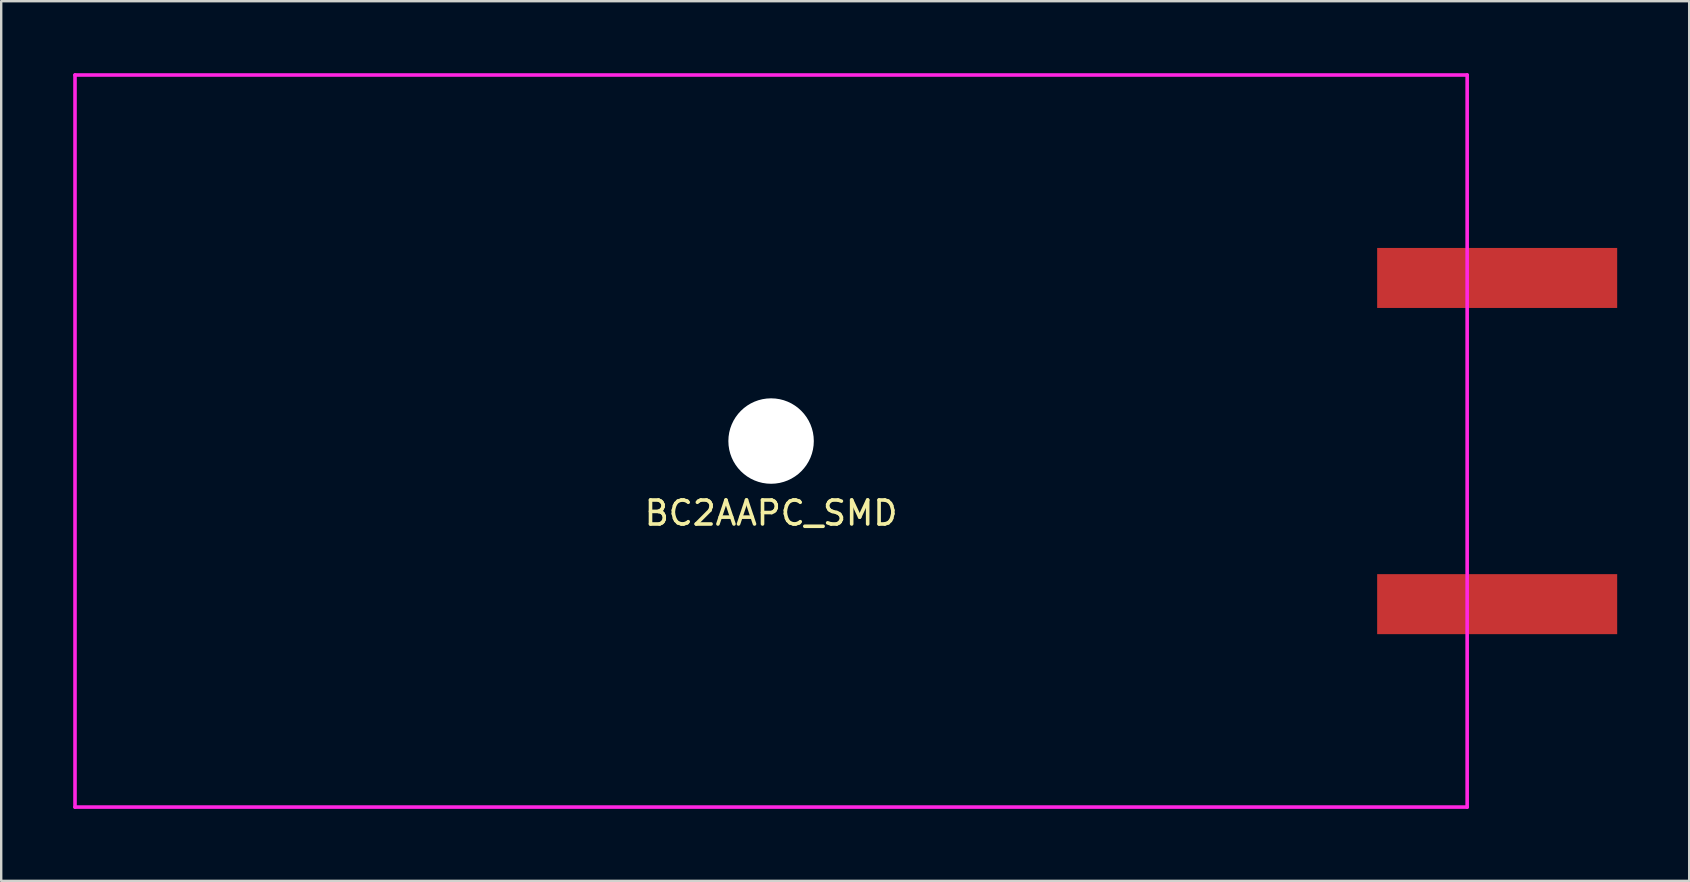
<source format=kicad_pcb>
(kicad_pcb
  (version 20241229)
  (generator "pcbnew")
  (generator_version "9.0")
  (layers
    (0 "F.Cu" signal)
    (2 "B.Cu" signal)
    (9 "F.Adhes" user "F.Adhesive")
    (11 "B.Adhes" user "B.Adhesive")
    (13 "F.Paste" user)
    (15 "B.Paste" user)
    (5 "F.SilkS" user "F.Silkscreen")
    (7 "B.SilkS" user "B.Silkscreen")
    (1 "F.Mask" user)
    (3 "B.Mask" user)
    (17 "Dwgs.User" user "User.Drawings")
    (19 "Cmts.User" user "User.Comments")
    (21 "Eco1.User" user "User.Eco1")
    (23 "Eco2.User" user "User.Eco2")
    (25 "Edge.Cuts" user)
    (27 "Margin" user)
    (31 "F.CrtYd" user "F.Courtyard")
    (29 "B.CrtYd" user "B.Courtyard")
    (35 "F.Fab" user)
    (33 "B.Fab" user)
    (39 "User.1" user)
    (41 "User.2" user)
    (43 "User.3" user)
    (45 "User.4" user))
  (footprint "BC2AAPC_SMD"
    (layer "F.Cu")
    (at 29.075 15.325)
    (property "Reference" "BC2AAPC_SMD" (at 0 3 0) (layer "F.SilkS") (effects (font (size 1 1) (thickness 0.15))))
    (attr through_hole)
    (fp_line (start -29 -15.25) (end 29 -15.25) (stroke (width 0.15) (type solid)) (layer "F.CrtYd"))
    (fp_line (start -29 15.25) (end -29 -15.25) (stroke (width 0.15) (type solid)) (layer "F.CrtYd"))
    (fp_line (start 29 -15.25) (end 29 15.25) (stroke (width 0.15) (type solid)) (layer "F.CrtYd"))
    (fp_line (start 29 15.25) (end -29 15.25) (stroke (width 0.15) (type solid)) (layer "F.CrtYd"))
    (pad "" np_thru_hole circle (at 0 0) (size 3.56 3.56) (drill 3.56) (layers "*.Cu"))
    (pad "1" smd rect (at 30.25 6.795) (size 10 2.5) (layers "F.Cu" "F.Mask" "F.Paste"))
    (pad "2" smd rect (at 30.25 -6.795) (size 10 2.5) (layers "F.Cu" "F.Mask" "F.Paste")))
  (gr_rect
    (start -3 -3)
    (end 67.325 33.65)
    (stroke (width 0.1) (type default))
    (fill no)
    (layer "Edge.Cuts")))
</source>
